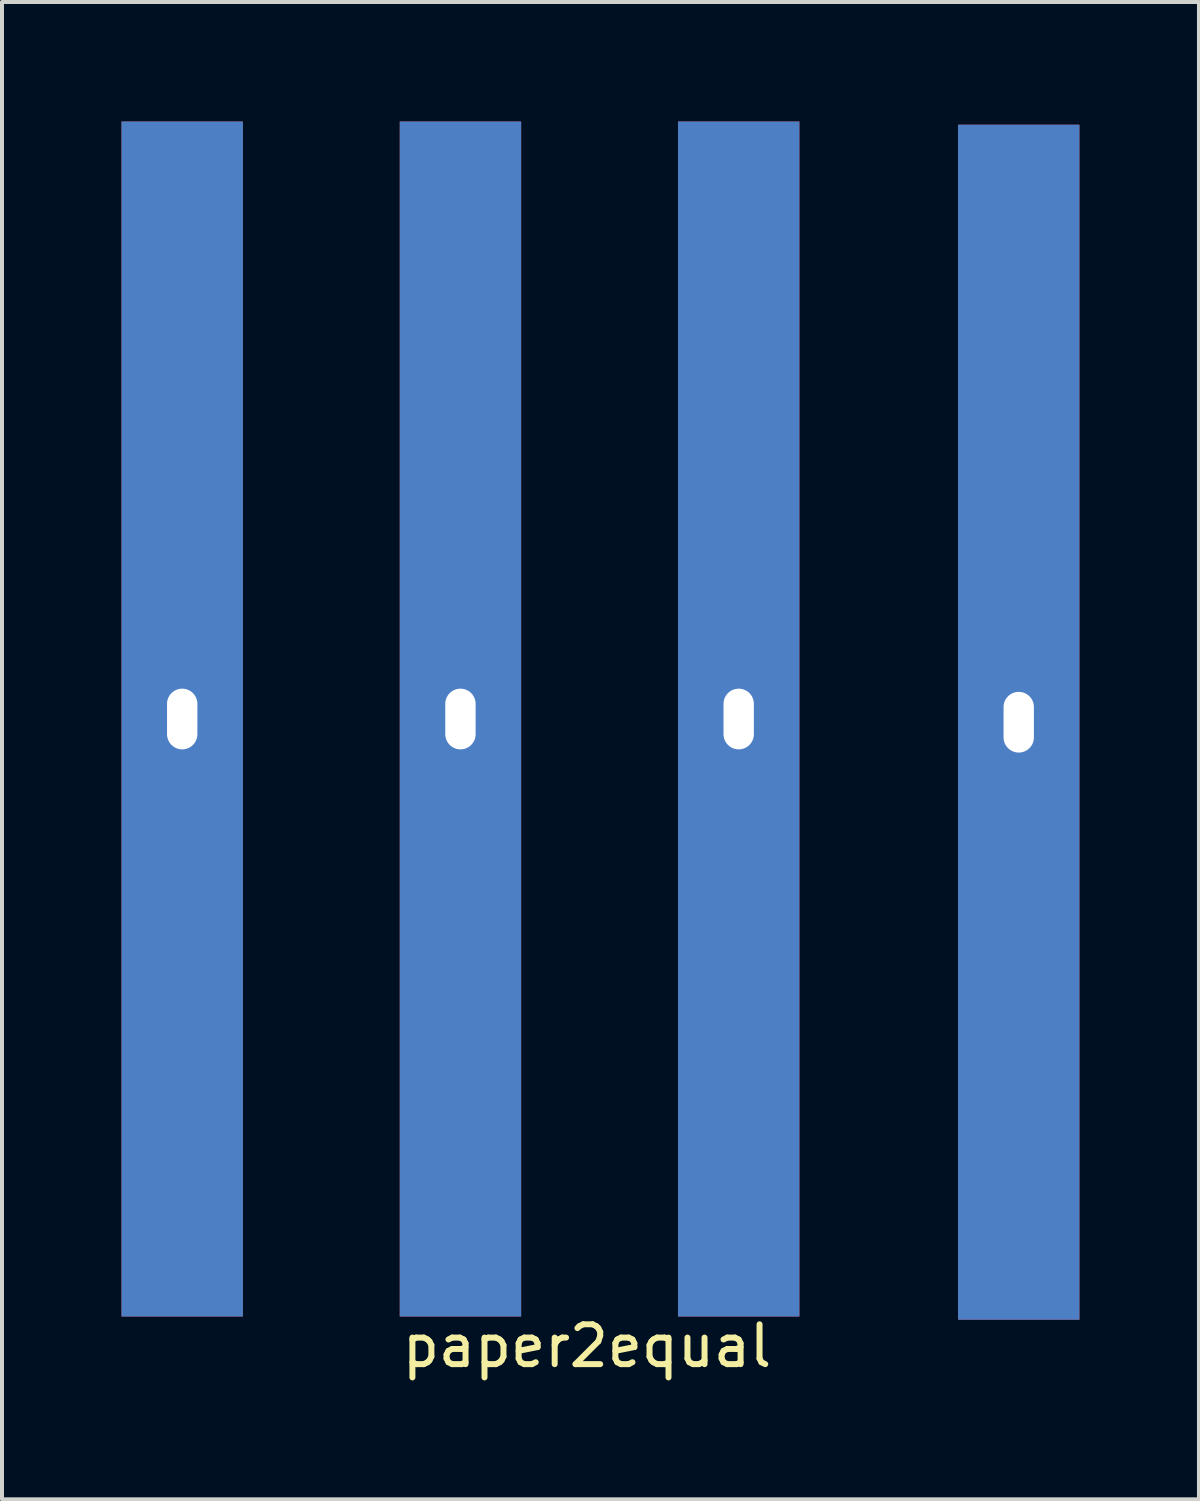
<source format=kicad_pcb>
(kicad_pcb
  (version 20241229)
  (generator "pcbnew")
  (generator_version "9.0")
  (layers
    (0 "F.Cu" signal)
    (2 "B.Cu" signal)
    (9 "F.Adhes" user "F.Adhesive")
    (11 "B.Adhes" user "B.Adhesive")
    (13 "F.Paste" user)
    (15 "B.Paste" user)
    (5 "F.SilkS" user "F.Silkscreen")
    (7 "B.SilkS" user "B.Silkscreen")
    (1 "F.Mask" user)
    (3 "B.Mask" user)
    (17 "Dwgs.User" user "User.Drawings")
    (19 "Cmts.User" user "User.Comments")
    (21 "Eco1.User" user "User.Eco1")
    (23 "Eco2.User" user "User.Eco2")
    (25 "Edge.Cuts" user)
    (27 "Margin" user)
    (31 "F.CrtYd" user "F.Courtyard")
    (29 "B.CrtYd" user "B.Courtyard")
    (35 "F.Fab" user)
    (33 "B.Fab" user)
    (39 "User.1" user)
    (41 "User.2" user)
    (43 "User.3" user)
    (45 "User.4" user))
  (footprint "paper2equal"
    (layer "F.Cu")
    (at 11.684 30.24)
    (property "Reference" "paper2equal" (at 0 0.5 0) (layer "F.SilkS") (effects (font (size 1 1) (thickness 0.15))))
    (attr through_hole)
    (pad "1" thru_hole rect (at -10.16 -15.24) (size 3.048 30) (drill oval 0.762 1.524) (layers "*.Cu" "*.Mask"))
    (pad "2" thru_hole rect (at -3.175 -15.24) (size 3.048 30) (drill oval 0.762 1.524) (layers "*.Cu" "*.Mask"))
    (pad "3" thru_hole rect (at 3.81 -15.24) (size 3.048 30) (drill oval 0.762 1.524) (layers "*.Cu" "*.Mask"))
    (pad "4" thru_hole rect (at 10.84 -15.16) (size 3.048 30) (drill oval 0.762 1.524) (layers "*.Cu" "*.Mask")))
  (gr_rect
    (start -3 -3)
    (end 27.048 34.588)
    (stroke (width 0.1) (type default))
    (fill no)
    (layer "Edge.Cuts")))
</source>
